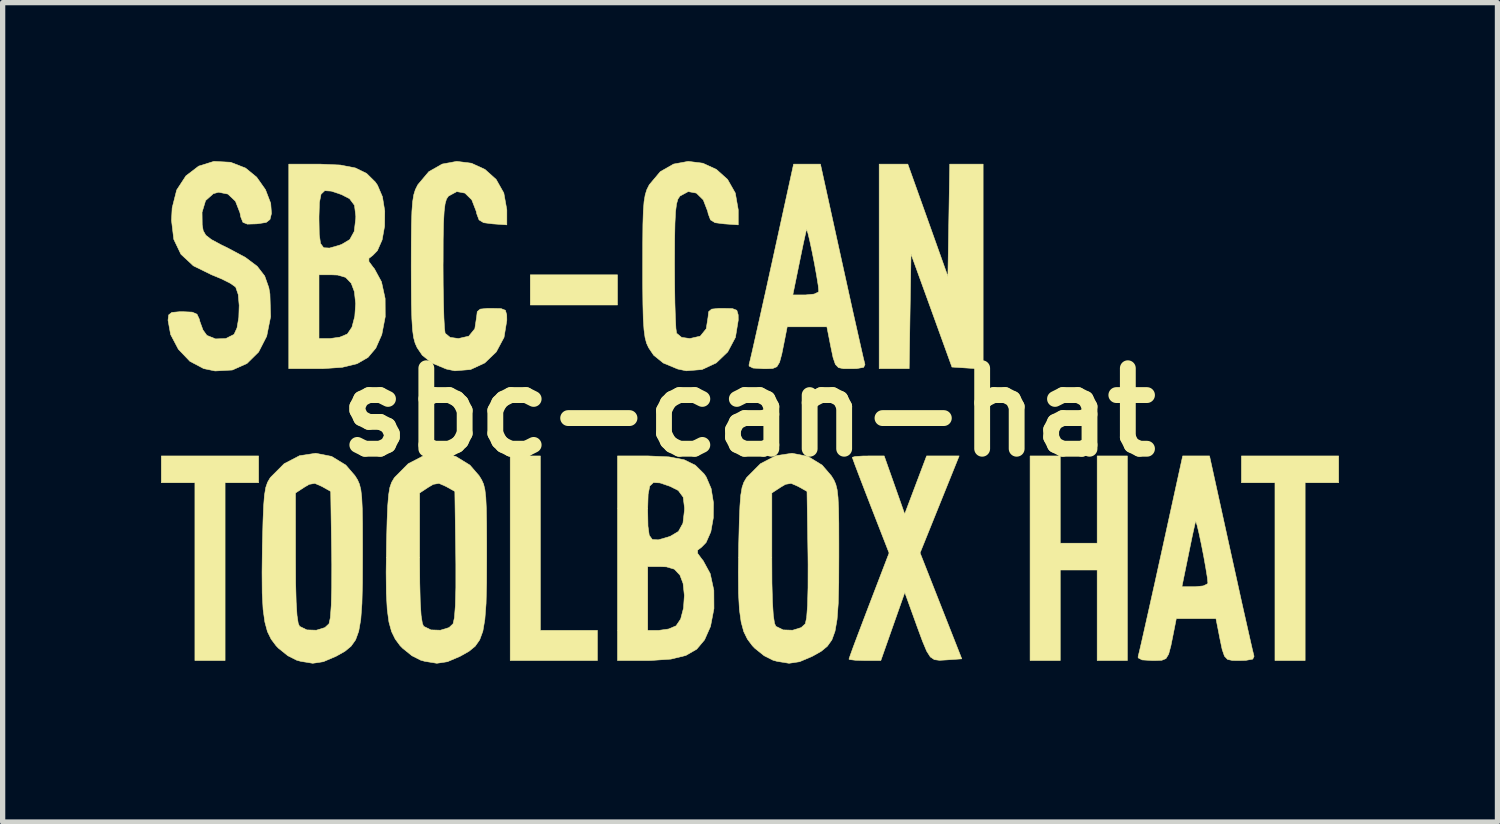
<source format=kicad_pcb>
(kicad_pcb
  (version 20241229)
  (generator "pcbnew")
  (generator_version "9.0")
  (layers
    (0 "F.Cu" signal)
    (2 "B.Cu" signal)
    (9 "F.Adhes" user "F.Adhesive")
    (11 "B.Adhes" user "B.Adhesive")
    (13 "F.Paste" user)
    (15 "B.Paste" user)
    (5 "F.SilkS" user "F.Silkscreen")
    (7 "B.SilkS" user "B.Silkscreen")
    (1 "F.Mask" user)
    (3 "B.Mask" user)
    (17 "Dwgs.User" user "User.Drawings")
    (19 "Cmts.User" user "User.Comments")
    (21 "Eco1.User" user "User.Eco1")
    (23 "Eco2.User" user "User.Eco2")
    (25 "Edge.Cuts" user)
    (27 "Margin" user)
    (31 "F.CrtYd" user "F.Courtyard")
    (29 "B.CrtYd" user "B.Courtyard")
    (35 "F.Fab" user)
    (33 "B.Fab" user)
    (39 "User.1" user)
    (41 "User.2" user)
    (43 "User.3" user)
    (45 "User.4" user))
  (footprint "sbc-can-hat"
    (layer "F.Cu")
    (at 11.117 4.756)
    (property "Reference" "sbc-can-hat" (at 0 0 0) (layer "F.SilkS") (effects (font (size 1.524 1.524) (thickness 0.3))))
    (attr through_hole)
    (fp_poly (pts (xy -2.477 -2.032) (xy -4.128 -2.032) (xy -4.128 -2.603) (xy -2.477 -2.603) (xy -2.477 -2.032)) (stroke (width 0.01) (type solid)) (fill yes) (layer "F.SilkS"))
    (fp_poly (pts (xy -3.937 4.128) (xy -2.857 4.128) (xy -2.857 4.699) (xy -4.508 4.699) (xy -4.508 0.826) (xy -3.937 0.826) (xy -3.937 4.128)) (stroke (width 0.01) (type solid)) (fill yes) (layer "F.SilkS"))
    (fp_poly (pts (xy -9.271 1.333) (xy -9.906 1.333) (xy -9.906 4.699) (xy -10.477 4.699) (xy -10.477 1.333) (xy -11.113 1.333) (xy -11.113 0.826) (xy -9.271 0.826) (xy -9.271 1.333)) (stroke (width 0.01) (type solid)) (fill yes) (layer "F.SilkS"))
    (fp_poly (pts (xy 11.176 1.333) (xy 10.541 1.333) (xy 10.541 4.699) (xy 9.97 4.699) (xy 9.97 1.333) (xy 9.335 1.333) (xy 9.335 0.826) (xy 11.176 0.826) (xy 11.176 1.333)) (stroke (width 0.01) (type solid)) (fill yes) (layer "F.SilkS"))
    (fp_poly (pts (xy 5.905 2.477) (xy 6.604 2.477) (xy 6.604 0.826) (xy 7.176 0.826) (xy 7.176 4.699) (xy 6.604 4.699) (xy 6.604 2.985) (xy 5.905 2.985) (xy 5.905 4.699) (xy 5.334 4.699) (xy 5.334 0.826) (xy 5.905 0.826) (xy 5.905 2.477)) (stroke (width 0.01) (type solid)) (fill yes) (layer "F.SilkS"))
    (fp_poly (pts (xy 3.399 -3.635) (xy 3.778 -2.572) (xy 3.813 -4.699) (xy 4.445 -4.699) (xy 4.445 -0.819) (xy 4.15 -0.838) (xy 3.855 -0.857) (xy 3.468 -1.927) (xy 3.08 -2.997) (xy 3.062 -1.911) (xy 3.045 -0.826) (xy 2.477 -0.826) (xy 2.477 -4.699) (xy 3.019 -4.699) (xy 3.399 -3.635)) (stroke (width 0.01) (type solid)) (fill yes) (layer "F.SilkS"))
    (fp_poly (pts (xy 3.251 2.661) (xy 3.646 3.664) (xy 4.041 4.667) (xy 3.757 4.687) (xy 3.62 4.695) (xy 3.522 4.682) (xy 3.446 4.631) (xy 3.376 4.521) (xy 3.298 4.335) (xy 3.194 4.053) (xy 3.166 3.975) (xy 2.962 3.41) (xy 2.735 4.054) (xy 2.508 4.699) (xy 2.207 4.699) (xy 2.031 4.694) (xy 1.922 4.681) (xy 1.905 4.672) (xy 1.927 4.607) (xy 1.986 4.443) (xy 2.077 4.201) (xy 2.191 3.901) (xy 2.285 3.654) (xy 2.665 2.663) (xy 2.317 1.77) (xy 2.196 1.457) (xy 2.093 1.189) (xy 2.016 0.986) (xy 1.974 0.87) (xy 1.968 0.851) (xy 2.025 0.836) (xy 2.17 0.827) (xy 2.27 0.826) (xy 2.572 0.826) (xy 2.766 1.375) (xy 2.96 1.925) (xy 3.375 0.826) (xy 3.991 0.826) (xy 3.251 2.661)) (stroke (width 0.01) (type solid)) (fill yes) (layer "F.SilkS"))
    (fp_poly (pts (xy 1.773 -2.842) (xy 1.877 -2.371) (xy 1.972 -1.939) (xy 2.057 -1.562) (xy 2.126 -1.255) (xy 2.176 -1.035) (xy 2.205 -0.918) (xy 2.208 -0.905) (xy 2.183 -0.852) (xy 2.05 -0.828) (xy 1.945 -0.826) (xy 1.8 -0.827) (xy 1.707 -0.846) (xy 1.648 -0.908) (xy 1.604 -1.037) (xy 1.558 -1.257) (xy 1.537 -1.365) (xy 1.487 -1.619) (xy 0.736 -1.619) (xy 0.686 -1.365) (xy 0.634 -1.106) (xy 0.591 -0.947) (xy 0.54 -0.863) (xy 0.462 -0.83) (xy 0.338 -0.825) (xy 0.278 -0.826) (xy 0.089 -0.838) (xy 0.014 -0.876) (xy 0.014 -0.905) (xy 0.034 -0.985) (xy 0.078 -1.173) (xy 0.141 -1.453) (xy 0.221 -1.809) (xy 0.313 -2.223) (xy 0.842 -2.223) (xy 1.088 -2.223) (xy 1.246 -2.239) (xy 1.329 -2.279) (xy 1.333 -2.293) (xy 1.323 -2.401) (xy 1.294 -2.58) (xy 1.255 -2.799) (xy 1.21 -3.027) (xy 1.166 -3.234) (xy 1.129 -3.389) (xy 1.105 -3.461) (xy 1.101 -3.46) (xy 1.081 -3.374) (xy 1.041 -3.194) (xy 0.991 -2.952) (xy 0.962 -2.81) (xy 0.842 -2.223) (xy 0.313 -2.223) (xy 0.314 -2.225) (xy 0.415 -2.684) (xy 0.45 -2.842) (xy 0.857 -4.699) (xy 1.365 -4.699) (xy 1.773 -2.842)) (stroke (width 0.01) (type solid)) (fill yes) (layer "F.SilkS"))
    (fp_poly (pts (xy 9.139 2.683) (xy 9.243 3.153) (xy 9.338 3.585) (xy 9.423 3.963) (xy 9.492 4.269) (xy 9.542 4.489) (xy 9.571 4.606) (xy 9.574 4.62) (xy 9.549 4.672) (xy 9.416 4.696) (xy 9.311 4.699) (xy 9.166 4.698) (xy 9.073 4.678) (xy 9.014 4.616) (xy 8.97 4.488) (xy 8.924 4.268) (xy 8.903 4.159) (xy 8.853 3.905) (xy 8.102 3.905) (xy 8.052 4.159) (xy 8 4.418) (xy 7.957 4.578) (xy 7.906 4.662) (xy 7.828 4.694) (xy 7.704 4.699) (xy 7.644 4.699) (xy 7.455 4.687) (xy 7.38 4.648) (xy 7.38 4.62) (xy 7.4 4.54) (xy 7.444 4.351) (xy 7.507 4.071) (xy 7.587 3.715) (xy 7.679 3.302) (xy 8.208 3.302) (xy 8.454 3.302) (xy 8.612 3.286) (xy 8.695 3.245) (xy 8.7 3.232) (xy 8.689 3.124) (xy 8.66 2.945) (xy 8.621 2.726) (xy 8.576 2.497) (xy 8.532 2.29) (xy 8.495 2.135) (xy 8.471 2.064) (xy 8.467 2.065) (xy 8.447 2.151) (xy 8.407 2.331) (xy 8.357 2.573) (xy 8.328 2.715) (xy 8.208 3.302) (xy 7.679 3.302) (xy 7.68 3.3) (xy 7.781 2.84) (xy 7.816 2.683) (xy 8.223 0.826) (xy 8.731 0.826) (xy 9.139 2.683)) (stroke (width 0.01) (type solid)) (fill yes) (layer "F.SilkS"))
    (fp_poly (pts (xy -8.112 -4.699) (xy -7.726 -4.682) (xy -7.438 -4.626) (xy -7.226 -4.522) (xy -7.063 -4.361) (xy -7.021 -4.301) (xy -6.927 -4.081) (xy -6.883 -3.811) (xy -6.886 -3.526) (xy -6.933 -3.264) (xy -7.023 -3.06) (xy -7.11 -2.971) (xy -7.183 -2.915) (xy -7.183 -2.855) (xy -7.105 -2.749) (xy -7.079 -2.718) (xy -6.945 -2.471) (xy -6.876 -2.155) (xy -6.874 -1.809) (xy -6.939 -1.472) (xy -7.052 -1.216) (xy -7.2 -1.04) (xy -7.406 -0.921) (xy -7.689 -0.852) (xy -8.07 -0.826) (xy -8.158 -0.826) (xy -8.7 -0.826) (xy -8.7 -2.603) (xy -8.128 -2.603) (xy -8.128 -1.397) (xy -7.918 -1.397) (xy -7.734 -1.423) (xy -7.591 -1.483) (xy -7.504 -1.612) (xy -7.45 -1.819) (xy -7.434 -2.058) (xy -7.458 -2.285) (xy -7.518 -2.444) (xy -7.624 -2.555) (xy -7.774 -2.599) (xy -7.875 -2.603) (xy -8.128 -2.603) (xy -8.7 -2.603) (xy -8.7 -3.651) (xy -8.128 -3.651) (xy -8.123 -3.369) (xy -8.099 -3.197) (xy -8.04 -3.116) (xy -7.928 -3.11) (xy -7.75 -3.161) (xy -7.699 -3.179) (xy -7.546 -3.27) (xy -7.461 -3.425) (xy -7.432 -3.67) (xy -7.431 -3.715) (xy -7.456 -3.919) (xy -7.55 -4.045) (xy -7.705 -4.124) (xy -7.896 -4.188) (xy -8.019 -4.196) (xy -8.089 -4.13) (xy -8.12 -3.973) (xy -8.128 -3.709) (xy -8.128 -3.651) (xy -8.7 -3.651) (xy -8.7 -4.699) (xy -8.112 -4.699)) (stroke (width 0.01) (type solid)) (fill yes) (layer "F.SilkS"))
    (fp_poly (pts (xy -1.889 0.826) (xy -1.503 0.843) (xy -1.215 0.898) (xy -1.003 1.002) (xy -0.84 1.163) (xy -0.798 1.223) (xy -0.704 1.443) (xy -0.66 1.713) (xy -0.663 1.998) (xy -0.71 2.261) (xy -0.8 2.465) (xy -0.887 2.554) (xy -0.96 2.609) (xy -0.96 2.67) (xy -0.882 2.776) (xy -0.856 2.807) (xy -0.722 3.053) (xy -0.653 3.37) (xy -0.651 3.716) (xy -0.716 4.053) (xy -0.829 4.308) (xy -0.977 4.484) (xy -1.183 4.603) (xy -1.466 4.672) (xy -1.847 4.698) (xy -1.935 4.699) (xy -2.477 4.699) (xy -2.477 2.921) (xy -1.905 2.921) (xy -1.905 4.128) (xy -1.695 4.128) (xy -1.511 4.102) (xy -1.368 4.042) (xy -1.281 3.913) (xy -1.227 3.706) (xy -1.211 3.466) (xy -1.235 3.239) (xy -1.295 3.081) (xy -1.401 2.969) (xy -1.551 2.925) (xy -1.652 2.921) (xy -1.905 2.921) (xy -2.477 2.921) (xy -2.477 1.873) (xy -1.905 1.873) (xy -1.9 2.155) (xy -1.876 2.328) (xy -1.817 2.408) (xy -1.705 2.414) (xy -1.527 2.363) (xy -1.476 2.346) (xy -1.323 2.255) (xy -1.238 2.1) (xy -1.209 1.854) (xy -1.208 1.81) (xy -1.233 1.606) (xy -1.327 1.479) (xy -1.482 1.401) (xy -1.673 1.336) (xy -1.796 1.329) (xy -1.866 1.395) (xy -1.897 1.552) (xy -1.905 1.815) (xy -1.905 1.873) (xy -2.477 1.873) (xy -2.477 0.826) (xy -1.889 0.826)) (stroke (width 0.01) (type solid)) (fill yes) (layer "F.SilkS"))
    (fp_poly (pts (xy -7.89 0.834) (xy -7.62 0.999) (xy -7.447 1.2) (xy -7.398 1.278) (xy -7.362 1.36) (xy -7.336 1.464) (xy -7.319 1.61) (xy -7.309 1.817) (xy -7.304 2.103) (xy -7.303 2.487) (xy -7.303 2.724) (xy -7.305 3.227) (xy -7.315 3.621) (xy -7.337 3.92) (xy -7.376 4.144) (xy -7.435 4.307) (xy -7.521 4.428) (xy -7.636 4.523) (xy -7.786 4.608) (xy -7.808 4.62) (xy -8.046 4.721) (xy -8.246 4.751) (xy -8.473 4.714) (xy -8.55 4.693) (xy -8.718 4.608) (xy -8.895 4.466) (xy -8.942 4.417) (xy -9.034 4.294) (xy -9.104 4.151) (xy -9.153 3.97) (xy -9.186 3.733) (xy -9.203 3.424) (xy -9.206 3.024) (xy -9.2 2.518) (xy -9.198 2.455) (xy -9.188 2.06) (xy -9.176 1.77) (xy -9.16 1.566) (xy -9.153 1.527) (xy -8.573 1.527) (xy -8.572 2.751) (xy -8.57 3.23) (xy -8.56 3.592) (xy -8.544 3.844) (xy -8.521 3.996) (xy -8.496 4.051) (xy -8.357 4.119) (xy -8.178 4.125) (xy -8.016 4.075) (xy -7.938 4.002) (xy -7.913 3.887) (xy -7.896 3.655) (xy -7.887 3.317) (xy -7.886 2.884) (xy -7.888 2.687) (xy -7.906 1.497) (xy -8.073 1.403) (xy -8.206 1.345) (xy -8.313 1.363) (xy -8.406 1.418) (xy -8.573 1.527) (xy -9.153 1.527) (xy -9.136 1.424) (xy -9.102 1.325) (xy -9.056 1.246) (xy -9.045 1.231) (xy -8.788 0.973) (xy -8.496 0.821) (xy -8.189 0.775) (xy -7.89 0.834)) (stroke (width 0.01) (type solid)) (fill yes) (layer "F.SilkS"))
    (fp_poly (pts (xy -5.54 0.834) (xy -5.271 0.999) (xy -5.097 1.2) (xy -5.049 1.278) (xy -5.012 1.36) (xy -4.987 1.464) (xy -4.97 1.61) (xy -4.96 1.817) (xy -4.955 2.103) (xy -4.953 2.487) (xy -4.953 2.724) (xy -4.955 3.227) (xy -4.965 3.621) (xy -4.988 3.92) (xy -5.026 4.144) (xy -5.086 4.307) (xy -5.171 4.428) (xy -5.287 4.523) (xy -5.437 4.608) (xy -5.459 4.62) (xy -5.696 4.721) (xy -5.897 4.751) (xy -6.124 4.714) (xy -6.201 4.693) (xy -6.369 4.608) (xy -6.545 4.466) (xy -6.593 4.417) (xy -6.684 4.294) (xy -6.754 4.151) (xy -6.804 3.97) (xy -6.836 3.733) (xy -6.853 3.424) (xy -6.857 3.024) (xy -6.85 2.518) (xy -6.849 2.455) (xy -6.839 2.06) (xy -6.827 1.77) (xy -6.81 1.566) (xy -6.804 1.527) (xy -6.223 1.527) (xy -6.223 2.751) (xy -6.22 3.23) (xy -6.211 3.592) (xy -6.195 3.844) (xy -6.171 3.996) (xy -6.147 4.051) (xy -6.008 4.119) (xy -5.829 4.125) (xy -5.666 4.075) (xy -5.589 4.002) (xy -5.564 3.887) (xy -5.546 3.655) (xy -5.537 3.317) (xy -5.537 2.884) (xy -5.539 2.687) (xy -5.556 1.497) (xy -5.724 1.403) (xy -5.856 1.345) (xy -5.964 1.363) (xy -6.057 1.418) (xy -6.223 1.527) (xy -6.804 1.527) (xy -6.787 1.424) (xy -6.753 1.325) (xy -6.706 1.246) (xy -6.695 1.231) (xy -6.439 0.973) (xy -6.146 0.821) (xy -5.839 0.775) (xy -5.54 0.834)) (stroke (width 0.01) (type solid)) (fill yes) (layer "F.SilkS"))
    (fp_poly (pts (xy -5.242 -4.716) (xy -4.986 -4.599) (xy -4.774 -4.409) (xy -4.629 -4.152) (xy -4.572 -3.834) (xy -4.572 -3.822) (xy -4.572 -3.549) (xy -4.84 -3.568) (xy -5.011 -3.59) (xy -5.098 -3.643) (xy -5.142 -3.76) (xy -5.152 -3.807) (xy -5.235 -4.022) (xy -5.365 -4.15) (xy -5.519 -4.179) (xy -5.674 -4.095) (xy -5.679 -4.091) (xy -5.715 -4.037) (xy -5.741 -3.946) (xy -5.759 -3.799) (xy -5.771 -3.58) (xy -5.777 -3.271) (xy -5.778 -2.855) (xy -5.779 -2.795) (xy -5.777 -2.412) (xy -5.771 -2.069) (xy -5.763 -1.788) (xy -5.752 -1.59) (xy -5.74 -1.497) (xy -5.645 -1.419) (xy -5.488 -1.397) (xy -5.292 -1.442) (xy -5.178 -1.582) (xy -5.144 -1.806) (xy -5.132 -1.906) (xy -5.076 -1.954) (xy -4.94 -1.968) (xy -4.858 -1.968) (xy -4.682 -1.964) (xy -4.599 -1.932) (xy -4.574 -1.845) (xy -4.572 -1.744) (xy -4.625 -1.419) (xy -4.772 -1.144) (xy -4.99 -0.935) (xy -5.259 -0.81) (xy -5.557 -0.786) (xy -5.719 -0.82) (xy -5.99 -0.933) (xy -6.173 -1.081) (xy -6.27 -1.224) (xy -6.308 -1.309) (xy -6.337 -1.416) (xy -6.357 -1.564) (xy -6.37 -1.771) (xy -6.378 -2.056) (xy -6.381 -2.437) (xy -6.382 -2.762) (xy -6.381 -3.212) (xy -6.377 -3.554) (xy -6.369 -3.807) (xy -6.355 -3.988) (xy -6.334 -4.118) (xy -6.304 -4.215) (xy -6.263 -4.297) (xy -6.255 -4.311) (xy -6.049 -4.556) (xy -5.796 -4.7) (xy -5.52 -4.751) (xy -5.242 -4.716)) (stroke (width 0.01) (type solid)) (fill yes) (layer "F.SilkS"))
    (fp_poly (pts (xy -0.861 -4.716) (xy -0.605 -4.599) (xy -0.393 -4.409) (xy -0.247 -4.152) (xy -0.191 -3.834) (xy -0.191 -3.822) (xy -0.191 -3.549) (xy -0.458 -3.568) (xy -0.63 -3.59) (xy -0.716 -3.643) (xy -0.76 -3.76) (xy -0.77 -3.807) (xy -0.853 -4.022) (xy -0.983 -4.15) (xy -1.138 -4.179) (xy -1.293 -4.095) (xy -1.297 -4.091) (xy -1.333 -4.037) (xy -1.359 -3.946) (xy -1.378 -3.799) (xy -1.389 -3.58) (xy -1.395 -3.271) (xy -1.397 -2.855) (xy -1.397 -2.795) (xy -1.395 -2.412) (xy -1.39 -2.069) (xy -1.381 -1.788) (xy -1.371 -1.59) (xy -1.358 -1.497) (xy -1.263 -1.419) (xy -1.107 -1.397) (xy -0.91 -1.442) (xy -0.797 -1.582) (xy -0.762 -1.806) (xy -0.751 -1.906) (xy -0.694 -1.954) (xy -0.558 -1.968) (xy -0.476 -1.968) (xy -0.301 -1.964) (xy -0.218 -1.932) (xy -0.192 -1.845) (xy -0.191 -1.744) (xy -0.244 -1.419) (xy -0.39 -1.144) (xy -0.608 -0.935) (xy -0.877 -0.81) (xy -1.175 -0.786) (xy -1.337 -0.82) (xy -1.609 -0.933) (xy -1.792 -1.081) (xy -1.888 -1.224) (xy -1.927 -1.309) (xy -1.955 -1.416) (xy -1.975 -1.564) (xy -1.989 -1.771) (xy -1.996 -2.056) (xy -2 -2.437) (xy -2 -2.762) (xy -1.999 -3.212) (xy -1.996 -3.554) (xy -1.988 -3.807) (xy -1.974 -3.988) (xy -1.952 -4.118) (xy -1.922 -4.215) (xy -1.881 -4.297) (xy -1.873 -4.311) (xy -1.667 -4.556) (xy -1.415 -4.7) (xy -1.138 -4.751) (xy -0.861 -4.716)) (stroke (width 0.01) (type solid)) (fill yes) (layer "F.SilkS"))
    (fp_poly (pts (xy 1.127 0.834) (xy 1.397 0.999) (xy 1.57 1.2) (xy 1.619 1.278) (xy 1.655 1.36) (xy 1.681 1.464) (xy 1.698 1.61) (xy 1.708 1.817) (xy 1.713 2.103) (xy 1.714 2.487) (xy 1.714 2.724) (xy 1.712 3.227) (xy 1.702 3.621) (xy 1.68 3.92) (xy 1.641 4.144) (xy 1.582 4.307) (xy 1.496 4.428) (xy 1.381 4.523) (xy 1.231 4.608) (xy 1.209 4.62) (xy 0.971 4.721) (xy 0.771 4.751) (xy 0.544 4.714) (xy 0.467 4.693) (xy 0.299 4.608) (xy 0.122 4.466) (xy 0.075 4.417) (xy -0.017 4.294) (xy -0.087 4.151) (xy -0.136 3.97) (xy -0.169 3.733) (xy -0.186 3.424) (xy -0.189 3.024) (xy -0.183 2.518) (xy -0.181 2.455) (xy -0.171 2.06) (xy -0.159 1.77) (xy -0.143 1.566) (xy -0.136 1.527) (xy 0.445 1.527) (xy 0.445 2.751) (xy 0.447 3.23) (xy 0.457 3.592) (xy 0.473 3.844) (xy 0.496 3.996) (xy 0.521 4.051) (xy 0.66 4.119) (xy 0.839 4.125) (xy 1.001 4.075) (xy 1.079 4.002) (xy 1.104 3.887) (xy 1.121 3.655) (xy 1.13 3.317) (xy 1.131 2.884) (xy 1.129 2.687) (xy 1.111 1.497) (xy 0.944 1.403) (xy 0.811 1.345) (xy 0.704 1.363) (xy 0.611 1.418) (xy 0.445 1.527) (xy -0.136 1.527) (xy -0.119 1.424) (xy -0.085 1.325) (xy -0.039 1.246) (xy -0.028 1.231) (xy 0.229 0.973) (xy 0.521 0.821) (xy 0.828 0.775) (xy 1.127 0.834)) (stroke (width 0.01) (type solid)) (fill yes) (layer "F.SilkS"))
    (fp_poly (pts (xy -9.801 -4.734) (xy -9.518 -4.624) (xy -9.308 -4.452) (xy -9.141 -4.215) (xy -9.042 -3.957) (xy -9.028 -3.765) (xy -9.056 -3.651) (xy -9.128 -3.595) (xy -9.284 -3.571) (xy -9.315 -3.568) (xy -9.484 -3.563) (xy -9.568 -3.597) (xy -9.609 -3.699) (xy -9.624 -3.778) (xy -9.709 -3.996) (xy -9.853 -4.132) (xy -10.03 -4.167) (xy -10.129 -4.139) (xy -10.275 -4.009) (xy -10.342 -3.787) (xy -10.339 -3.549) (xy -10.32 -3.438) (xy -10.271 -3.353) (xy -10.167 -3.272) (xy -9.985 -3.174) (xy -9.85 -3.108) (xy -9.522 -2.933) (xy -9.298 -2.765) (xy -9.156 -2.581) (xy -9.078 -2.36) (xy -9.057 -2.241) (xy -9.044 -1.811) (xy -9.118 -1.441) (xy -9.271 -1.142) (xy -9.491 -0.925) (xy -9.769 -0.801) (xy -10.095 -0.783) (xy -10.311 -0.828) (xy -10.572 -0.966) (xy -10.79 -1.194) (xy -10.937 -1.473) (xy -10.986 -1.744) (xy -10.974 -1.844) (xy -10.915 -1.891) (xy -10.776 -1.904) (xy -10.705 -1.905) (xy -10.528 -1.897) (xy -10.438 -1.858) (xy -10.394 -1.765) (xy -10.383 -1.719) (xy -10.324 -1.558) (xy -10.251 -1.457) (xy -10.087 -1.39) (xy -9.893 -1.397) (xy -9.737 -1.475) (xy -9.736 -1.476) (xy -9.68 -1.598) (xy -9.646 -1.798) (xy -9.639 -2.024) (xy -9.657 -2.231) (xy -9.704 -2.367) (xy -9.709 -2.374) (xy -9.805 -2.442) (xy -9.981 -2.53) (xy -10.163 -2.605) (xy -10.507 -2.774) (xy -10.742 -2.993) (xy -10.877 -3.275) (xy -10.92 -3.635) (xy -10.908 -3.869) (xy -10.822 -4.209) (xy -10.647 -4.477) (xy -10.406 -4.661) (xy -10.117 -4.751) (xy -9.801 -4.734)) (stroke (width 0.01) (type solid)) (fill yes) (layer "F.SilkS")))
  (gr_rect
    (start -3 -3)
    (end 25.299 12.512)
    (stroke (width 0.1) (type default))
    (fill no)
    (layer "Edge.Cuts")))
</source>
